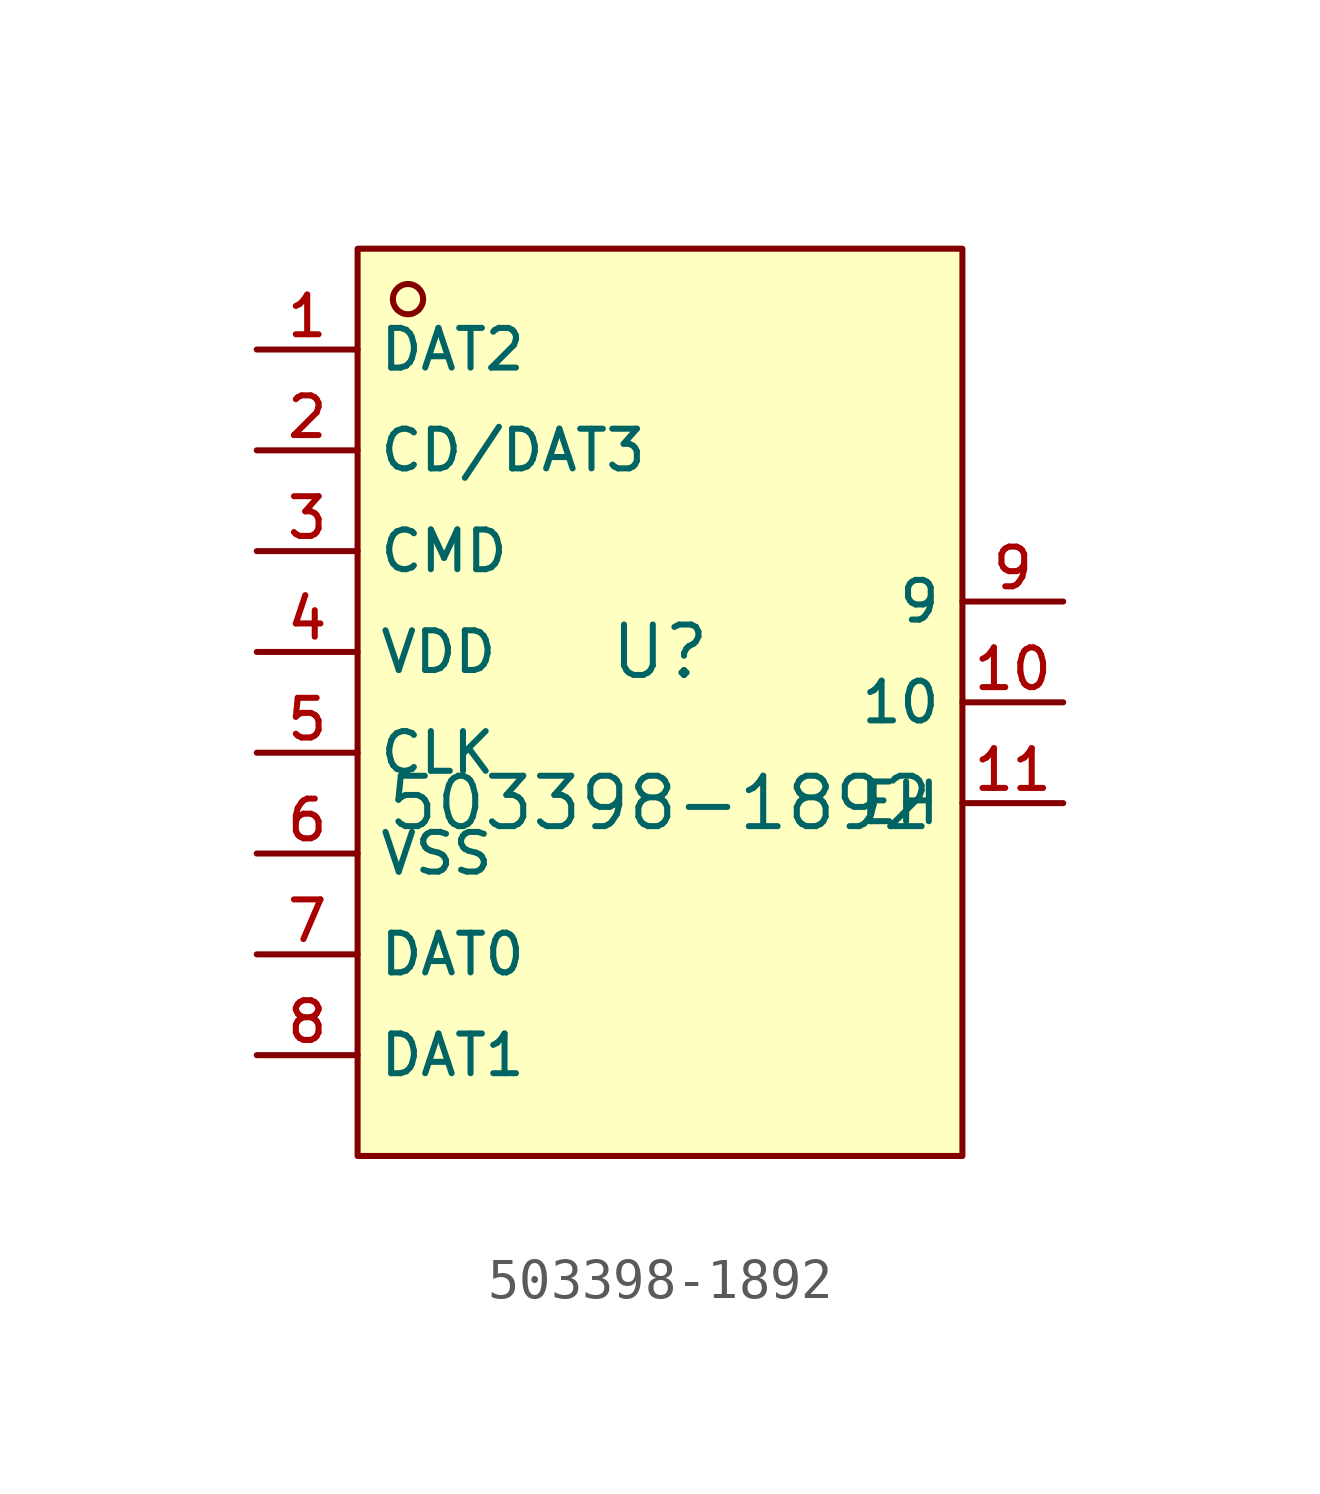
<source format=kicad_sym>
(kicad_symbol_lib
  (version 20210201)
  (generator TousstNicolas/JLC2KiCad_lib)
  (symbol "503398-1892"
    (property "Reference" "U"
      (at 0 1.27 0)
      (effects (font (size 1.27 1.27))))
    (property "Value" "503398-1892"
      (at 0 -2.54 0)
      (effects (font (size 1.27 1.27))))
    (symbol "503398-1892_0_1"
      (rectangle (start -7.62 11.43) (end 7.62 -11.43) (stroke (width 0) (type default) (color 0 0 0 0)) (fill (type background)))
      (circle (center -6.35 10.16) (radius 0.381) (stroke (width 0) (type default) (color 0 0 0 0)) (fill (type background)))
      (pin unspecified line (at -10.16 8.89 0) (length 2.54) (name "DAT2" (effects (font (size 1 1)))) (number "1" (effects (font (size 1 1)))))
      (pin unspecified line (at -10.16 6.35 0) (length 2.54) (name "CD/DAT3" (effects (font (size 1 1)))) (number "2" (effects (font (size 1 1)))))
      (pin unspecified line (at -10.16 3.81 0) (length 2.54) (name "CMD" (effects (font (size 1 1)))) (number "3" (effects (font (size 1 1)))))
      (pin unspecified line (at -10.16 1.27 0) (length 2.54) (name "VDD" (effects (font (size 1 1)))) (number "4" (effects (font (size 1 1)))))
      (pin unspecified line (at -10.16 -1.27 0) (length 2.54) (name "CLK" (effects (font (size 1 1)))) (number "5" (effects (font (size 1 1)))))
      (pin unspecified line (at -10.16 -3.81 0) (length 2.54) (name "VSS" (effects (font (size 1 1)))) (number "6" (effects (font (size 1 1)))))
      (pin unspecified line (at -10.16 -6.35 0) (length 2.54) (name "DAT0" (effects (font (size 1 1)))) (number "7" (effects (font (size 1 1)))))
      (pin unspecified line (at -10.16 -8.89 0) (length 2.54) (name "DAT1" (effects (font (size 1 1)))) (number "8" (effects (font (size 1 1)))))
      (pin unspecified line (at 10.16 2.54 180) (length 2.54) (name "9" (effects (font (size 1 1)))) (number "9" (effects (font (size 1 1)))))
      (pin unspecified line (at 10.16 -0.0 180) (length 2.54) (name "10" (effects (font (size 1 1)))) (number "10" (effects (font (size 1 1)))))
      (pin unspecified line (at 10.16 -2.54 180) (length 2.54) (name "EH" (effects (font (size 1 1)))) (number "11" (effects (font (size 1 1))))))))
</source>
